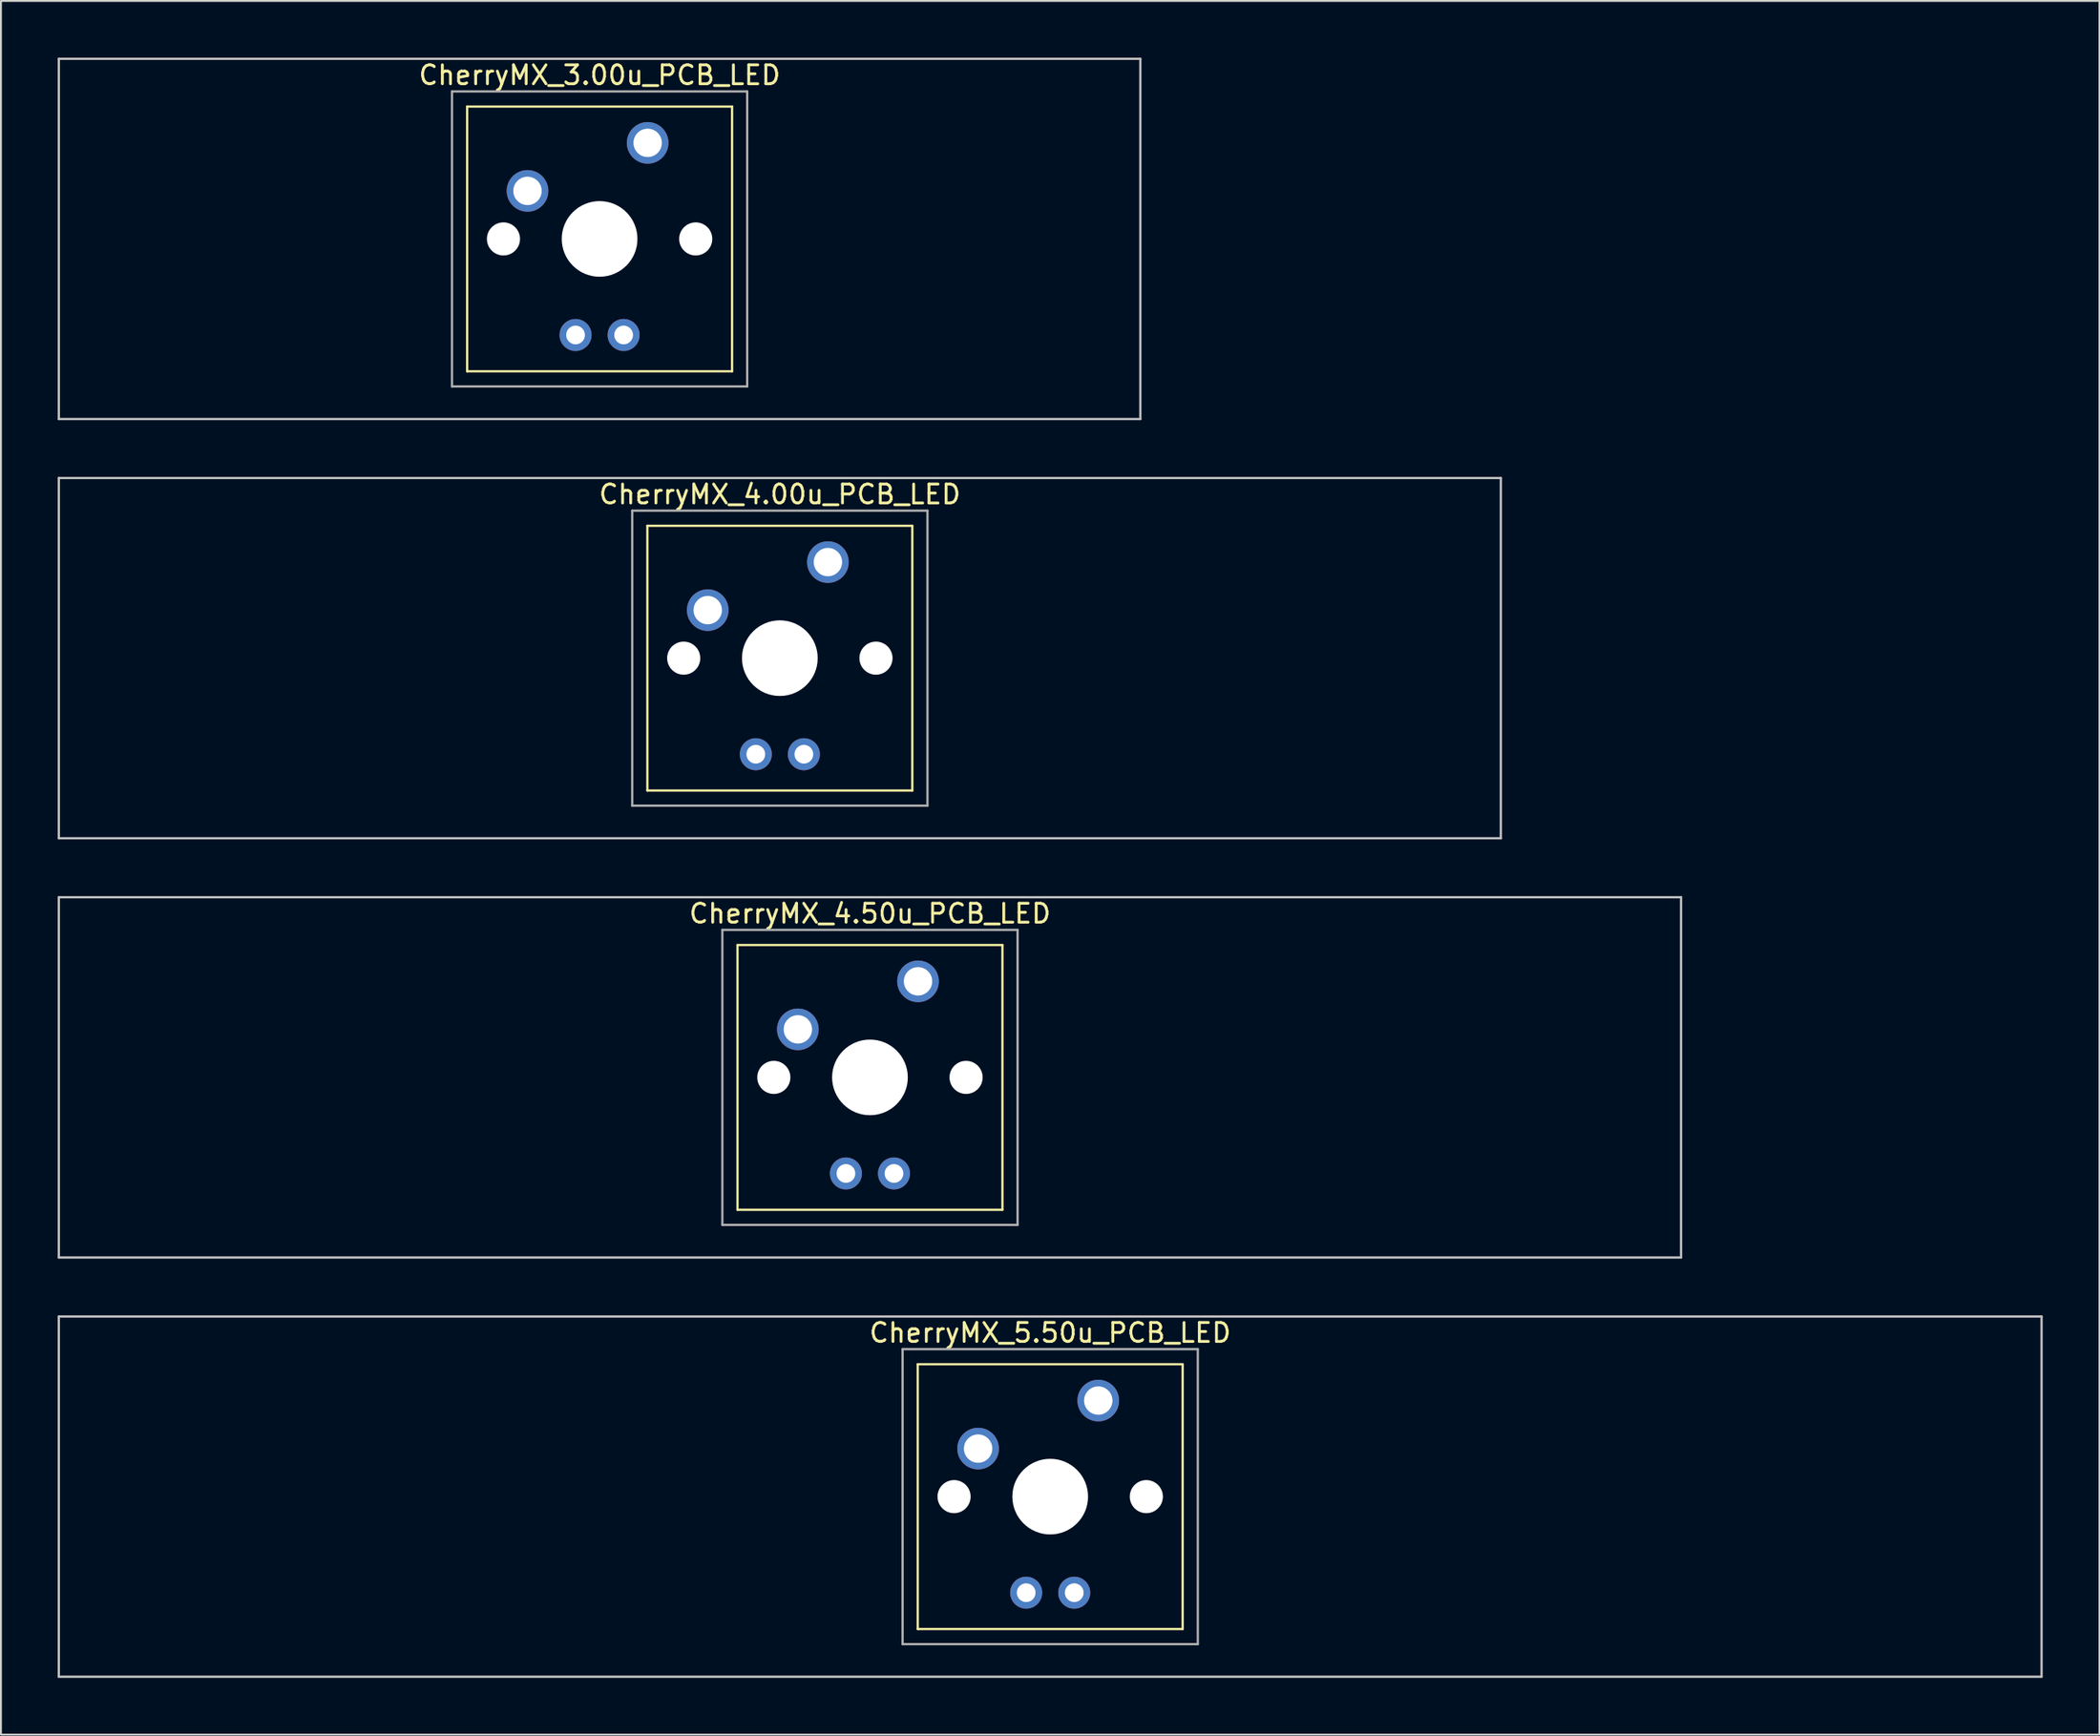
<source format=kicad_pcb>
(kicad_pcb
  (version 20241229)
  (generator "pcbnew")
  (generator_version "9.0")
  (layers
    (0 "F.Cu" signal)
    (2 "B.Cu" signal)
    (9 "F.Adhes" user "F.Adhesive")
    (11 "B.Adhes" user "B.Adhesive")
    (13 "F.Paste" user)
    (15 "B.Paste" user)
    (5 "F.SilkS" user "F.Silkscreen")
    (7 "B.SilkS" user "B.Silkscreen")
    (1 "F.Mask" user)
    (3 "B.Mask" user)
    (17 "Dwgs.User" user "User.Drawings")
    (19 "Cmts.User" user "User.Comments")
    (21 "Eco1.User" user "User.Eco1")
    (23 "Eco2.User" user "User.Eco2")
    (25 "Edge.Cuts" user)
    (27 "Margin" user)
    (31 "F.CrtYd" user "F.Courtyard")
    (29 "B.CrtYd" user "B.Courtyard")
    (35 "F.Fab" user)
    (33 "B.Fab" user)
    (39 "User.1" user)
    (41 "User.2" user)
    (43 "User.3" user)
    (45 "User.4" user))
  (footprint "CherryMX_5.50u_PCB_LED"
    (layer "F.Cu")
    (at 52.447 76.095)
    (property "Reference" "CherryMX_5.50u_PCB_LED" (at 0 -8.662 0) (layer "F.SilkS") (effects (font (size 1 1) (thickness 0.15))))
    (attr through_hole)
    (fp_line (start -7 -7) (end -7 7) (stroke (width 0.12) (type solid)) (layer "F.SilkS"))
    (fp_line (start -7 -7) (end 7 -7) (stroke (width 0.12) (type solid)) (layer "F.SilkS"))
    (fp_line (start 7 -7) (end 7 7) (stroke (width 0.12) (type solid)) (layer "F.SilkS"))
    (fp_line (start 7 7) (end -7 7) (stroke (width 0.12) (type solid)) (layer "F.SilkS"))
    (fp_line (start -52.388 -9.525) (end 52.388 -9.525) (stroke (width 0.12) (type solid)) (layer "Dwgs.User"))
    (fp_line (start -52.388 9.525) (end -52.388 -9.525) (stroke (width 0.12) (type solid)) (layer "Dwgs.User"))
    (fp_line (start 52.388 -9.525) (end 52.388 9.525) (stroke (width 0.12) (type solid)) (layer "Dwgs.User"))
    (fp_line (start 52.388 9.525) (end -52.388 9.525) (stroke (width 0.12) (type solid)) (layer "Dwgs.User"))
    (fp_line (start -7.8 -7.8) (end -7.8 7.8) (stroke (width 0.12) (type solid)) (layer "F.Fab"))
    (fp_line (start -7.8 -7.8) (end 7.8 -7.8) (stroke (width 0.12) (type solid)) (layer "F.Fab"))
    (fp_line (start -7.8 7.8) (end 7.8 7.8) (stroke (width 0.12) (type solid)) (layer "F.Fab"))
    (fp_line (start 7.8 -7.8) (end 7.8 7.8) (stroke (width 0.12) (type solid)) (layer "F.Fab"))
    (pad "" np_thru_hole circle (at -5.08 0) (size 1.75 1.75) (drill 1.75) (layers "*.Cu" "*.Mask"))
    (pad "" np_thru_hole circle (at 0 0) (size 4 4) (drill 4) (layers "*.Cu" "*.Mask"))
    (pad "" np_thru_hole circle (at 5.08 0) (size 1.75 1.75) (drill 1.75) (layers "*.Cu" "*.Mask"))
    (pad "1" thru_hole circle (at -3.81 -2.54) (size 2.2 2.2) (drill 1.5) (layers "*.Cu" "*.Mask"))
    (pad "2" thru_hole circle (at 2.54 -5.08) (size 2.2 2.2) (drill 1.5) (layers "*.Cu" "*.Mask"))
    (pad "3" thru_hole circle (at -1.27 5.08) (size 1.691 1.691) (drill 0.991) (layers "*.Cu" "*.Mask"))
    (pad "4" thru_hole circle (at 1.27 5.08) (size 1.691 1.691) (drill 0.991) (layers "*.Cu" "*.Mask")))
  (footprint "CherryMX_3.00u_PCB_LED"
    (layer "F.Cu")
    (at 28.635 9.585)
    (property "Reference" "CherryMX_3.00u_PCB_LED" (at 0 -8.662 0) (layer "F.SilkS") (effects (font (size 1 1) (thickness 0.15))))
    (attr through_hole)
    (fp_line (start -7 -7) (end -7 7) (stroke (width 0.12) (type solid)) (layer "F.SilkS"))
    (fp_line (start -7 -7) (end 7 -7) (stroke (width 0.12) (type solid)) (layer "F.SilkS"))
    (fp_line (start 7 -7) (end 7 7) (stroke (width 0.12) (type solid)) (layer "F.SilkS"))
    (fp_line (start 7 7) (end -7 7) (stroke (width 0.12) (type solid)) (layer "F.SilkS"))
    (fp_line (start -28.575 -9.525) (end 28.575 -9.525) (stroke (width 0.12) (type solid)) (layer "Dwgs.User"))
    (fp_line (start -28.575 9.525) (end -28.575 -9.525) (stroke (width 0.12) (type solid)) (layer "Dwgs.User"))
    (fp_line (start 28.575 -9.525) (end 28.575 9.525) (stroke (width 0.12) (type solid)) (layer "Dwgs.User"))
    (fp_line (start 28.575 9.525) (end -28.575 9.525) (stroke (width 0.12) (type solid)) (layer "Dwgs.User"))
    (fp_line (start -7.8 -7.8) (end -7.8 7.8) (stroke (width 0.12) (type solid)) (layer "F.Fab"))
    (fp_line (start -7.8 -7.8) (end 7.8 -7.8) (stroke (width 0.12) (type solid)) (layer "F.Fab"))
    (fp_line (start -7.8 7.8) (end 7.8 7.8) (stroke (width 0.12) (type solid)) (layer "F.Fab"))
    (fp_line (start 7.8 -7.8) (end 7.8 7.8) (stroke (width 0.12) (type solid)) (layer "F.Fab"))
    (pad "" np_thru_hole circle (at -5.08 0) (size 1.75 1.75) (drill 1.75) (layers "*.Cu" "*.Mask"))
    (pad "" np_thru_hole circle (at 0 0) (size 4 4) (drill 4) (layers "*.Cu" "*.Mask"))
    (pad "" np_thru_hole circle (at 5.08 0) (size 1.75 1.75) (drill 1.75) (layers "*.Cu" "*.Mask"))
    (pad "1" thru_hole circle (at -3.81 -2.54) (size 2.2 2.2) (drill 1.5) (layers "*.Cu" "*.Mask"))
    (pad "2" thru_hole circle (at 2.54 -5.08) (size 2.2 2.2) (drill 1.5) (layers "*.Cu" "*.Mask"))
    (pad "3" thru_hole circle (at -1.27 5.08) (size 1.691 1.691) (drill 0.991) (layers "*.Cu" "*.Mask"))
    (pad "4" thru_hole circle (at 1.27 5.08) (size 1.691 1.691) (drill 0.991) (layers "*.Cu" "*.Mask")))
  (footprint "CherryMX_4.50u_PCB_LED"
    (layer "F.Cu")
    (at 42.922 53.925)
    (property "Reference" "CherryMX_4.50u_PCB_LED" (at 0 -8.662 0) (layer "F.SilkS") (effects (font (size 1 1) (thickness 0.15))))
    (attr through_hole)
    (fp_line (start -7 -7) (end -7 7) (stroke (width 0.12) (type solid)) (layer "F.SilkS"))
    (fp_line (start -7 -7) (end 7 -7) (stroke (width 0.12) (type solid)) (layer "F.SilkS"))
    (fp_line (start 7 -7) (end 7 7) (stroke (width 0.12) (type solid)) (layer "F.SilkS"))
    (fp_line (start 7 7) (end -7 7) (stroke (width 0.12) (type solid)) (layer "F.SilkS"))
    (fp_line (start -42.862 -9.525) (end 42.862 -9.525) (stroke (width 0.12) (type solid)) (layer "Dwgs.User"))
    (fp_line (start -42.862 9.525) (end -42.862 -9.525) (stroke (width 0.12) (type solid)) (layer "Dwgs.User"))
    (fp_line (start 42.862 -9.525) (end 42.862 9.525) (stroke (width 0.12) (type solid)) (layer "Dwgs.User"))
    (fp_line (start 42.862 9.525) (end -42.862 9.525) (stroke (width 0.12) (type solid)) (layer "Dwgs.User"))
    (fp_line (start -7.8 -7.8) (end -7.8 7.8) (stroke (width 0.12) (type solid)) (layer "F.Fab"))
    (fp_line (start -7.8 -7.8) (end 7.8 -7.8) (stroke (width 0.12) (type solid)) (layer "F.Fab"))
    (fp_line (start -7.8 7.8) (end 7.8 7.8) (stroke (width 0.12) (type solid)) (layer "F.Fab"))
    (fp_line (start 7.8 -7.8) (end 7.8 7.8) (stroke (width 0.12) (type solid)) (layer "F.Fab"))
    (pad "" np_thru_hole circle (at -5.08 0) (size 1.75 1.75) (drill 1.75) (layers "*.Cu" "*.Mask"))
    (pad "" np_thru_hole circle (at 0 0) (size 4 4) (drill 4) (layers "*.Cu" "*.Mask"))
    (pad "" np_thru_hole circle (at 5.08 0) (size 1.75 1.75) (drill 1.75) (layers "*.Cu" "*.Mask"))
    (pad "1" thru_hole circle (at -3.81 -2.54) (size 2.2 2.2) (drill 1.5) (layers "*.Cu" "*.Mask"))
    (pad "2" thru_hole circle (at 2.54 -5.08) (size 2.2 2.2) (drill 1.5) (layers "*.Cu" "*.Mask"))
    (pad "3" thru_hole circle (at -1.27 5.08) (size 1.691 1.691) (drill 0.991) (layers "*.Cu" "*.Mask"))
    (pad "4" thru_hole circle (at 1.27 5.08) (size 1.691 1.691) (drill 0.991) (layers "*.Cu" "*.Mask")))
  (footprint "CherryMX_4.00u_PCB_LED"
    (layer "F.Cu")
    (at 38.16 31.755)
    (property "Reference" "CherryMX_4.00u_PCB_LED" (at 0 -8.662 0) (layer "F.SilkS") (effects (font (size 1 1) (thickness 0.15))))
    (attr through_hole)
    (fp_line (start -7 -7) (end -7 7) (stroke (width 0.12) (type solid)) (layer "F.SilkS"))
    (fp_line (start -7 -7) (end 7 -7) (stroke (width 0.12) (type solid)) (layer "F.SilkS"))
    (fp_line (start 7 -7) (end 7 7) (stroke (width 0.12) (type solid)) (layer "F.SilkS"))
    (fp_line (start 7 7) (end -7 7) (stroke (width 0.12) (type solid)) (layer "F.SilkS"))
    (fp_line (start -38.1 -9.525) (end 38.1 -9.525) (stroke (width 0.12) (type solid)) (layer "Dwgs.User"))
    (fp_line (start -38.1 9.525) (end -38.1 -9.525) (stroke (width 0.12) (type solid)) (layer "Dwgs.User"))
    (fp_line (start 38.1 -9.525) (end 38.1 9.525) (stroke (width 0.12) (type solid)) (layer "Dwgs.User"))
    (fp_line (start 38.1 9.525) (end -38.1 9.525) (stroke (width 0.12) (type solid)) (layer "Dwgs.User"))
    (fp_line (start -7.8 -7.8) (end -7.8 7.8) (stroke (width 0.12) (type solid)) (layer "F.Fab"))
    (fp_line (start -7.8 -7.8) (end 7.8 -7.8) (stroke (width 0.12) (type solid)) (layer "F.Fab"))
    (fp_line (start -7.8 7.8) (end 7.8 7.8) (stroke (width 0.12) (type solid)) (layer "F.Fab"))
    (fp_line (start 7.8 -7.8) (end 7.8 7.8) (stroke (width 0.12) (type solid)) (layer "F.Fab"))
    (pad "" np_thru_hole circle (at -5.08 0) (size 1.75 1.75) (drill 1.75) (layers "*.Cu" "*.Mask"))
    (pad "" np_thru_hole circle (at 0 0) (size 4 4) (drill 4) (layers "*.Cu" "*.Mask"))
    (pad "" np_thru_hole circle (at 5.08 0) (size 1.75 1.75) (drill 1.75) (layers "*.Cu" "*.Mask"))
    (pad "1" thru_hole circle (at -3.81 -2.54) (size 2.2 2.2) (drill 1.5) (layers "*.Cu" "*.Mask"))
    (pad "2" thru_hole circle (at 2.54 -5.08) (size 2.2 2.2) (drill 1.5) (layers "*.Cu" "*.Mask"))
    (pad "3" thru_hole circle (at -1.27 5.08) (size 1.691 1.691) (drill 0.991) (layers "*.Cu" "*.Mask"))
    (pad "4" thru_hole circle (at 1.27 5.08) (size 1.691 1.691) (drill 0.991) (layers "*.Cu" "*.Mask")))
  (gr_rect
    (start -3 -3)
    (end 107.895 88.68)
    (stroke (width 0.1) (type default))
    (fill no)
    (layer "Edge.Cuts")))
</source>
